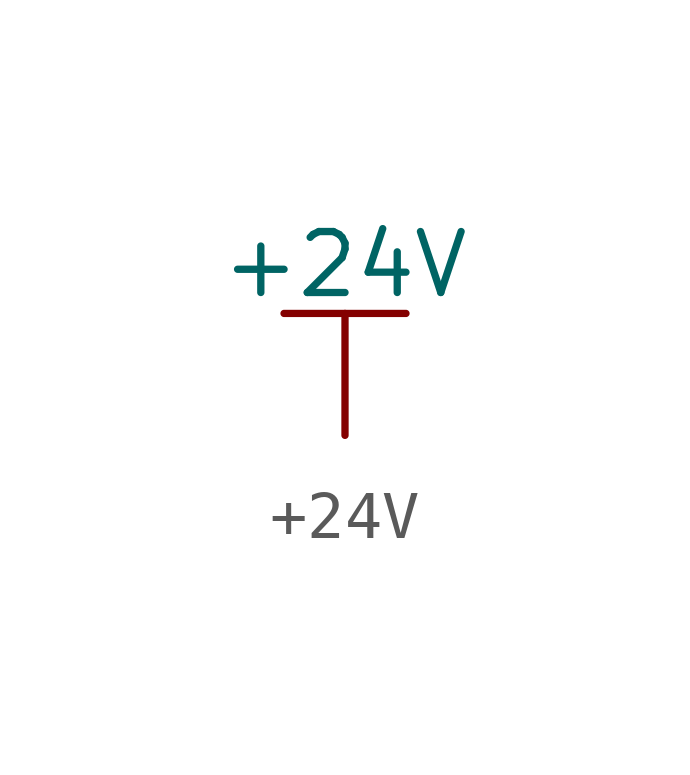
<source format=kicad_sym>
(kicad_symbol_lib
  (version 20220914)
  (generator kicad_symbol_editor)
  (symbol "+24V"
    (power)
    (pin_names
      (offset 0))
    (property "Reference" "#PWR"
      (at 0 -3.81 0)
      (effects (font (size 1.27 1.27)) hide))
    (property "Value" "+24V"
      (at 0 3.556 0)
      (effects (font (size 1.27 1.27))))
    (symbol "+24V_0_1"
      (polyline (pts (xy -1.27 2.54) (xy 1.27 2.54)) (stroke (width 0) (type solid)) (fill (type none)))
      (polyline (pts (xy 0 0) (xy 0 2.54)) (stroke (width 0) (type solid)) (fill (type none))))
    (symbol "+24V_1_1"
      (pin power_in line (at 0 0 90) (length 0) hide (name "+24V" (effects (font (size 1.27 1.27)))) (number "1" (effects (font (size 1.27 1.27))))))))
</source>
